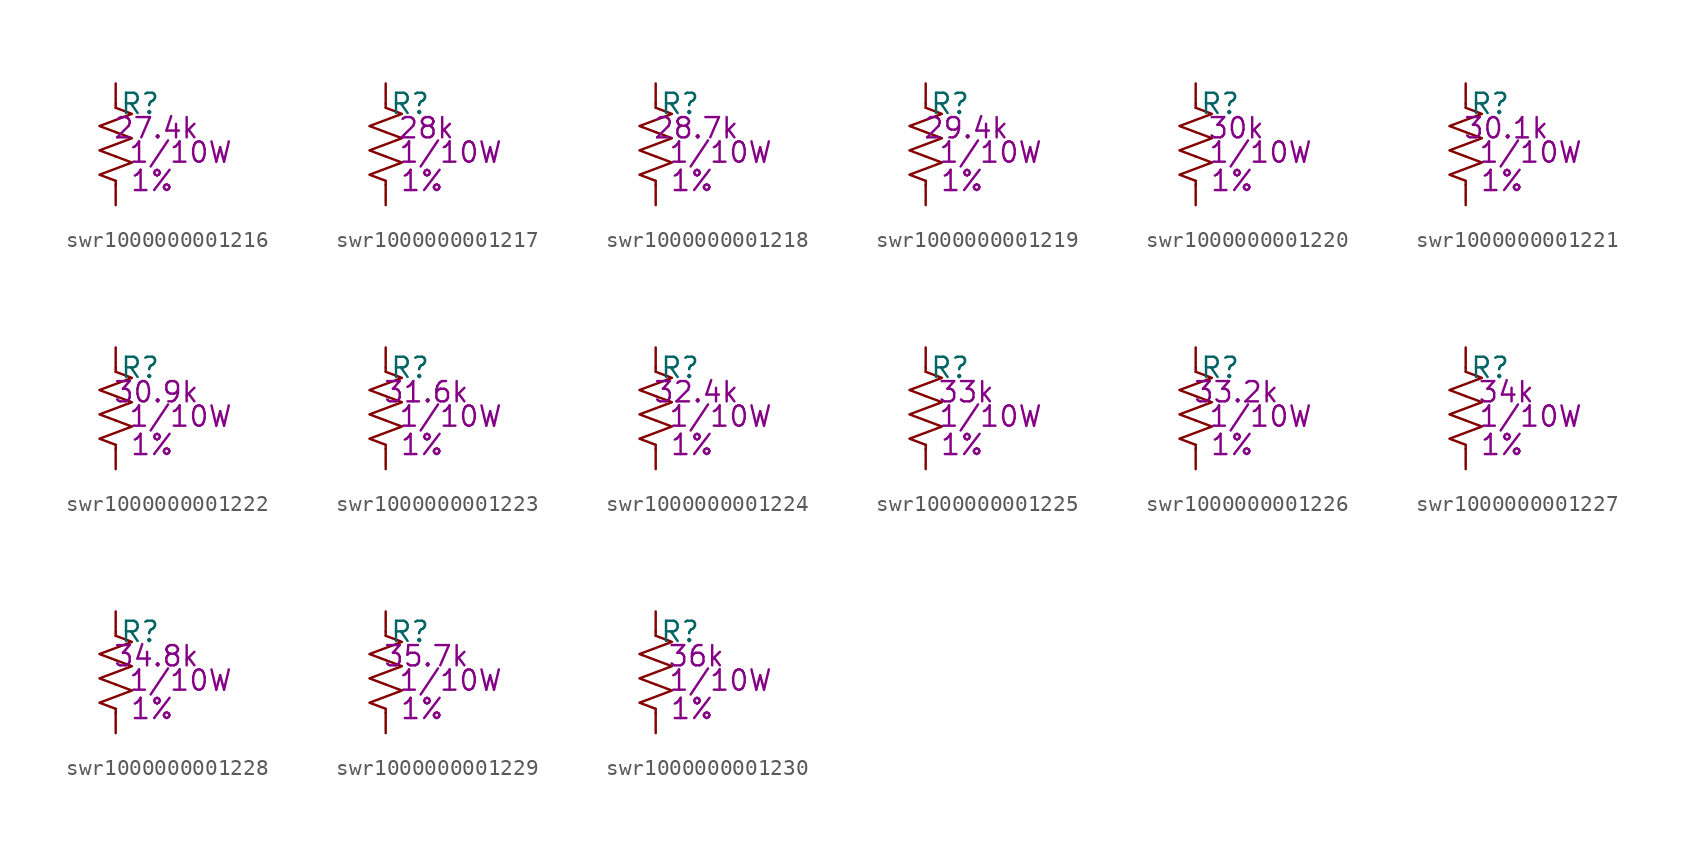
<source format=kicad_sym>
(kicad_symbol_lib
  (version 20211014)
  (generator kicad_symbol_editor)
  (symbol "swr1000000001216"
    (pin_numbers hide)
    (pin_names
      (offset 1.016))
    (property "Reference" "R"
      (at 1.524 2.54 0)
      (effects (font (size 1.27 1.27))))
    (property "PartValue" "27.4k"
      (at 2.54 1.016 0)
      (effects (font (size 1.27 1.27))))
    (property "Tolerance" "1%"
      (at 2.286 -2.286 0)
      (effects (font (size 1.27 1.27))))
    (property "Wattage" "1/10W"
      (at 4.064 -0.508 0)
      (effects (font (size 1.27 1.27))))
    (symbol "swr1000000001216_1_1"
      (polyline (pts (xy 0 -2.286) (xy 0 -2.54)) (stroke (width 0) (type default) (color 0 0 0 0)) (fill (type none)))
      (polyline (pts (xy 0 2.286) (xy 0 2.54)) (stroke (width 0) (type default) (color 0 0 0 0)) (fill (type none)))
      (polyline (pts (xy 0 -0.762) (xy 1.016 -1.143) (xy 0 -1.524) (xy -1.016 -1.905) (xy 0 -2.286)) (stroke (width 0) (type default) (color 0 0 0 0)) (fill (type none)))
      (polyline (pts (xy 0 0.762) (xy 1.016 0.381) (xy 0 0) (xy -1.016 -0.381) (xy 0 -0.762)) (stroke (width 0) (type default) (color 0 0 0 0)) (fill (type none)))
      (polyline (pts (xy 0 2.286) (xy 1.016 1.905) (xy 0 1.524) (xy -1.016 1.143) (xy 0 0.762)) (stroke (width 0) (type default) (color 0 0 0 0)) (fill (type none)))
      (pin passive line (at 0 3.81 270) (length 1.27) (name "~" (effects (font (size 1.27 1.27)))) (number "1" (effects (font (size 1.27 1.27)))))
      (pin passive line (at 0 -3.81 90) (length 1.27) (name "~" (effects (font (size 1.27 1.27)))) (number "2" (effects (font (size 1.27 1.27)))))))
  (symbol "swr1000000001217"
    (pin_numbers hide)
    (pin_names
      (offset 1.016))
    (property "Reference" "R"
      (at 1.524 2.54 0)
      (effects (font (size 1.27 1.27))))
    (property "PartValue" "28k"
      (at 2.54 1.016 0)
      (effects (font (size 1.27 1.27))))
    (property "Tolerance" "1%"
      (at 2.286 -2.286 0)
      (effects (font (size 1.27 1.27))))
    (property "Wattage" "1/10W"
      (at 4.064 -0.508 0)
      (effects (font (size 1.27 1.27))))
    (symbol "swr1000000001217_1_1"
      (polyline (pts (xy 0 -2.286) (xy 0 -2.54)) (stroke (width 0) (type default) (color 0 0 0 0)) (fill (type none)))
      (polyline (pts (xy 0 2.286) (xy 0 2.54)) (stroke (width 0) (type default) (color 0 0 0 0)) (fill (type none)))
      (polyline (pts (xy 0 -0.762) (xy 1.016 -1.143) (xy 0 -1.524) (xy -1.016 -1.905) (xy 0 -2.286)) (stroke (width 0) (type default) (color 0 0 0 0)) (fill (type none)))
      (polyline (pts (xy 0 0.762) (xy 1.016 0.381) (xy 0 0) (xy -1.016 -0.381) (xy 0 -0.762)) (stroke (width 0) (type default) (color 0 0 0 0)) (fill (type none)))
      (polyline (pts (xy 0 2.286) (xy 1.016 1.905) (xy 0 1.524) (xy -1.016 1.143) (xy 0 0.762)) (stroke (width 0) (type default) (color 0 0 0 0)) (fill (type none)))
      (pin passive line (at 0 3.81 270) (length 1.27) (name "~" (effects (font (size 1.27 1.27)))) (number "1" (effects (font (size 1.27 1.27)))))
      (pin passive line (at 0 -3.81 90) (length 1.27) (name "~" (effects (font (size 1.27 1.27)))) (number "2" (effects (font (size 1.27 1.27)))))))
  (symbol "swr1000000001218"
    (pin_numbers hide)
    (pin_names
      (offset 1.016))
    (property "Reference" "R"
      (at 1.524 2.54 0)
      (effects (font (size 1.27 1.27))))
    (property "PartValue" "28.7k"
      (at 2.54 1.016 0)
      (effects (font (size 1.27 1.27))))
    (property "Tolerance" "1%"
      (at 2.286 -2.286 0)
      (effects (font (size 1.27 1.27))))
    (property "Wattage" "1/10W"
      (at 4.064 -0.508 0)
      (effects (font (size 1.27 1.27))))
    (symbol "swr1000000001218_1_1"
      (polyline (pts (xy 0 -2.286) (xy 0 -2.54)) (stroke (width 0) (type default) (color 0 0 0 0)) (fill (type none)))
      (polyline (pts (xy 0 2.286) (xy 0 2.54)) (stroke (width 0) (type default) (color 0 0 0 0)) (fill (type none)))
      (polyline (pts (xy 0 -0.762) (xy 1.016 -1.143) (xy 0 -1.524) (xy -1.016 -1.905) (xy 0 -2.286)) (stroke (width 0) (type default) (color 0 0 0 0)) (fill (type none)))
      (polyline (pts (xy 0 0.762) (xy 1.016 0.381) (xy 0 0) (xy -1.016 -0.381) (xy 0 -0.762)) (stroke (width 0) (type default) (color 0 0 0 0)) (fill (type none)))
      (polyline (pts (xy 0 2.286) (xy 1.016 1.905) (xy 0 1.524) (xy -1.016 1.143) (xy 0 0.762)) (stroke (width 0) (type default) (color 0 0 0 0)) (fill (type none)))
      (pin passive line (at 0 3.81 270) (length 1.27) (name "~" (effects (font (size 1.27 1.27)))) (number "1" (effects (font (size 1.27 1.27)))))
      (pin passive line (at 0 -3.81 90) (length 1.27) (name "~" (effects (font (size 1.27 1.27)))) (number "2" (effects (font (size 1.27 1.27)))))))
  (symbol "swr1000000001219"
    (pin_numbers hide)
    (pin_names
      (offset 1.016))
    (property "Reference" "R"
      (at 1.524 2.54 0)
      (effects (font (size 1.27 1.27))))
    (property "PartValue" "29.4k"
      (at 2.54 1.016 0)
      (effects (font (size 1.27 1.27))))
    (property "Tolerance" "1%"
      (at 2.286 -2.286 0)
      (effects (font (size 1.27 1.27))))
    (property "Wattage" "1/10W"
      (at 4.064 -0.508 0)
      (effects (font (size 1.27 1.27))))
    (symbol "swr1000000001219_1_1"
      (polyline (pts (xy 0 -2.286) (xy 0 -2.54)) (stroke (width 0) (type default) (color 0 0 0 0)) (fill (type none)))
      (polyline (pts (xy 0 2.286) (xy 0 2.54)) (stroke (width 0) (type default) (color 0 0 0 0)) (fill (type none)))
      (polyline (pts (xy 0 -0.762) (xy 1.016 -1.143) (xy 0 -1.524) (xy -1.016 -1.905) (xy 0 -2.286)) (stroke (width 0) (type default) (color 0 0 0 0)) (fill (type none)))
      (polyline (pts (xy 0 0.762) (xy 1.016 0.381) (xy 0 0) (xy -1.016 -0.381) (xy 0 -0.762)) (stroke (width 0) (type default) (color 0 0 0 0)) (fill (type none)))
      (polyline (pts (xy 0 2.286) (xy 1.016 1.905) (xy 0 1.524) (xy -1.016 1.143) (xy 0 0.762)) (stroke (width 0) (type default) (color 0 0 0 0)) (fill (type none)))
      (pin passive line (at 0 3.81 270) (length 1.27) (name "~" (effects (font (size 1.27 1.27)))) (number "1" (effects (font (size 1.27 1.27)))))
      (pin passive line (at 0 -3.81 90) (length 1.27) (name "~" (effects (font (size 1.27 1.27)))) (number "2" (effects (font (size 1.27 1.27)))))))
  (symbol "swr1000000001220"
    (pin_numbers hide)
    (pin_names
      (offset 1.016))
    (property "Reference" "R"
      (at 1.524 2.54 0)
      (effects (font (size 1.27 1.27))))
    (property "PartValue" "30k"
      (at 2.54 1.016 0)
      (effects (font (size 1.27 1.27))))
    (property "Tolerance" "1%"
      (at 2.286 -2.286 0)
      (effects (font (size 1.27 1.27))))
    (property "Wattage" "1/10W"
      (at 4.064 -0.508 0)
      (effects (font (size 1.27 1.27))))
    (symbol "swr1000000001220_1_1"
      (polyline (pts (xy 0 -2.286) (xy 0 -2.54)) (stroke (width 0) (type default) (color 0 0 0 0)) (fill (type none)))
      (polyline (pts (xy 0 2.286) (xy 0 2.54)) (stroke (width 0) (type default) (color 0 0 0 0)) (fill (type none)))
      (polyline (pts (xy 0 -0.762) (xy 1.016 -1.143) (xy 0 -1.524) (xy -1.016 -1.905) (xy 0 -2.286)) (stroke (width 0) (type default) (color 0 0 0 0)) (fill (type none)))
      (polyline (pts (xy 0 0.762) (xy 1.016 0.381) (xy 0 0) (xy -1.016 -0.381) (xy 0 -0.762)) (stroke (width 0) (type default) (color 0 0 0 0)) (fill (type none)))
      (polyline (pts (xy 0 2.286) (xy 1.016 1.905) (xy 0 1.524) (xy -1.016 1.143) (xy 0 0.762)) (stroke (width 0) (type default) (color 0 0 0 0)) (fill (type none)))
      (pin passive line (at 0 3.81 270) (length 1.27) (name "~" (effects (font (size 1.27 1.27)))) (number "1" (effects (font (size 1.27 1.27)))))
      (pin passive line (at 0 -3.81 90) (length 1.27) (name "~" (effects (font (size 1.27 1.27)))) (number "2" (effects (font (size 1.27 1.27)))))))
  (symbol "swr1000000001221"
    (pin_numbers hide)
    (pin_names
      (offset 1.016))
    (property "Reference" "R"
      (at 1.524 2.54 0)
      (effects (font (size 1.27 1.27))))
    (property "PartValue" "30.1k"
      (at 2.54 1.016 0)
      (effects (font (size 1.27 1.27))))
    (property "Tolerance" "1%"
      (at 2.286 -2.286 0)
      (effects (font (size 1.27 1.27))))
    (property "Wattage" "1/10W"
      (at 4.064 -0.508 0)
      (effects (font (size 1.27 1.27))))
    (symbol "swr1000000001221_1_1"
      (polyline (pts (xy 0 -2.286) (xy 0 -2.54)) (stroke (width 0) (type default) (color 0 0 0 0)) (fill (type none)))
      (polyline (pts (xy 0 2.286) (xy 0 2.54)) (stroke (width 0) (type default) (color 0 0 0 0)) (fill (type none)))
      (polyline (pts (xy 0 -0.762) (xy 1.016 -1.143) (xy 0 -1.524) (xy -1.016 -1.905) (xy 0 -2.286)) (stroke (width 0) (type default) (color 0 0 0 0)) (fill (type none)))
      (polyline (pts (xy 0 0.762) (xy 1.016 0.381) (xy 0 0) (xy -1.016 -0.381) (xy 0 -0.762)) (stroke (width 0) (type default) (color 0 0 0 0)) (fill (type none)))
      (polyline (pts (xy 0 2.286) (xy 1.016 1.905) (xy 0 1.524) (xy -1.016 1.143) (xy 0 0.762)) (stroke (width 0) (type default) (color 0 0 0 0)) (fill (type none)))
      (pin passive line (at 0 3.81 270) (length 1.27) (name "~" (effects (font (size 1.27 1.27)))) (number "1" (effects (font (size 1.27 1.27)))))
      (pin passive line (at 0 -3.81 90) (length 1.27) (name "~" (effects (font (size 1.27 1.27)))) (number "2" (effects (font (size 1.27 1.27)))))))
  (symbol "swr1000000001222"
    (pin_numbers hide)
    (pin_names
      (offset 1.016))
    (property "Reference" "R"
      (at 1.524 2.54 0)
      (effects (font (size 1.27 1.27))))
    (property "PartValue" "30.9k"
      (at 2.54 1.016 0)
      (effects (font (size 1.27 1.27))))
    (property "Tolerance" "1%"
      (at 2.286 -2.286 0)
      (effects (font (size 1.27 1.27))))
    (property "Wattage" "1/10W"
      (at 4.064 -0.508 0)
      (effects (font (size 1.27 1.27))))
    (symbol "swr1000000001222_1_1"
      (polyline (pts (xy 0 -2.286) (xy 0 -2.54)) (stroke (width 0) (type default) (color 0 0 0 0)) (fill (type none)))
      (polyline (pts (xy 0 2.286) (xy 0 2.54)) (stroke (width 0) (type default) (color 0 0 0 0)) (fill (type none)))
      (polyline (pts (xy 0 -0.762) (xy 1.016 -1.143) (xy 0 -1.524) (xy -1.016 -1.905) (xy 0 -2.286)) (stroke (width 0) (type default) (color 0 0 0 0)) (fill (type none)))
      (polyline (pts (xy 0 0.762) (xy 1.016 0.381) (xy 0 0) (xy -1.016 -0.381) (xy 0 -0.762)) (stroke (width 0) (type default) (color 0 0 0 0)) (fill (type none)))
      (polyline (pts (xy 0 2.286) (xy 1.016 1.905) (xy 0 1.524) (xy -1.016 1.143) (xy 0 0.762)) (stroke (width 0) (type default) (color 0 0 0 0)) (fill (type none)))
      (pin passive line (at 0 3.81 270) (length 1.27) (name "~" (effects (font (size 1.27 1.27)))) (number "1" (effects (font (size 1.27 1.27)))))
      (pin passive line (at 0 -3.81 90) (length 1.27) (name "~" (effects (font (size 1.27 1.27)))) (number "2" (effects (font (size 1.27 1.27)))))))
  (symbol "swr1000000001223"
    (pin_numbers hide)
    (pin_names
      (offset 1.016))
    (property "Reference" "R"
      (at 1.524 2.54 0)
      (effects (font (size 1.27 1.27))))
    (property "PartValue" "31.6k"
      (at 2.54 1.016 0)
      (effects (font (size 1.27 1.27))))
    (property "Tolerance" "1%"
      (at 2.286 -2.286 0)
      (effects (font (size 1.27 1.27))))
    (property "Wattage" "1/10W"
      (at 4.064 -0.508 0)
      (effects (font (size 1.27 1.27))))
    (symbol "swr1000000001223_1_1"
      (polyline (pts (xy 0 -2.286) (xy 0 -2.54)) (stroke (width 0) (type default) (color 0 0 0 0)) (fill (type none)))
      (polyline (pts (xy 0 2.286) (xy 0 2.54)) (stroke (width 0) (type default) (color 0 0 0 0)) (fill (type none)))
      (polyline (pts (xy 0 -0.762) (xy 1.016 -1.143) (xy 0 -1.524) (xy -1.016 -1.905) (xy 0 -2.286)) (stroke (width 0) (type default) (color 0 0 0 0)) (fill (type none)))
      (polyline (pts (xy 0 0.762) (xy 1.016 0.381) (xy 0 0) (xy -1.016 -0.381) (xy 0 -0.762)) (stroke (width 0) (type default) (color 0 0 0 0)) (fill (type none)))
      (polyline (pts (xy 0 2.286) (xy 1.016 1.905) (xy 0 1.524) (xy -1.016 1.143) (xy 0 0.762)) (stroke (width 0) (type default) (color 0 0 0 0)) (fill (type none)))
      (pin passive line (at 0 3.81 270) (length 1.27) (name "~" (effects (font (size 1.27 1.27)))) (number "1" (effects (font (size 1.27 1.27)))))
      (pin passive line (at 0 -3.81 90) (length 1.27) (name "~" (effects (font (size 1.27 1.27)))) (number "2" (effects (font (size 1.27 1.27)))))))
  (symbol "swr1000000001224"
    (pin_numbers hide)
    (pin_names
      (offset 1.016))
    (property "Reference" "R"
      (at 1.524 2.54 0)
      (effects (font (size 1.27 1.27))))
    (property "PartValue" "32.4k"
      (at 2.54 1.016 0)
      (effects (font (size 1.27 1.27))))
    (property "Tolerance" "1%"
      (at 2.286 -2.286 0)
      (effects (font (size 1.27 1.27))))
    (property "Wattage" "1/10W"
      (at 4.064 -0.508 0)
      (effects (font (size 1.27 1.27))))
    (symbol "swr1000000001224_1_1"
      (polyline (pts (xy 0 -2.286) (xy 0 -2.54)) (stroke (width 0) (type default) (color 0 0 0 0)) (fill (type none)))
      (polyline (pts (xy 0 2.286) (xy 0 2.54)) (stroke (width 0) (type default) (color 0 0 0 0)) (fill (type none)))
      (polyline (pts (xy 0 -0.762) (xy 1.016 -1.143) (xy 0 -1.524) (xy -1.016 -1.905) (xy 0 -2.286)) (stroke (width 0) (type default) (color 0 0 0 0)) (fill (type none)))
      (polyline (pts (xy 0 0.762) (xy 1.016 0.381) (xy 0 0) (xy -1.016 -0.381) (xy 0 -0.762)) (stroke (width 0) (type default) (color 0 0 0 0)) (fill (type none)))
      (polyline (pts (xy 0 2.286) (xy 1.016 1.905) (xy 0 1.524) (xy -1.016 1.143) (xy 0 0.762)) (stroke (width 0) (type default) (color 0 0 0 0)) (fill (type none)))
      (pin passive line (at 0 3.81 270) (length 1.27) (name "~" (effects (font (size 1.27 1.27)))) (number "1" (effects (font (size 1.27 1.27)))))
      (pin passive line (at 0 -3.81 90) (length 1.27) (name "~" (effects (font (size 1.27 1.27)))) (number "2" (effects (font (size 1.27 1.27)))))))
  (symbol "swr1000000001225"
    (pin_numbers hide)
    (pin_names
      (offset 1.016))
    (property "Reference" "R"
      (at 1.524 2.54 0)
      (effects (font (size 1.27 1.27))))
    (property "PartValue" "33k"
      (at 2.54 1.016 0)
      (effects (font (size 1.27 1.27))))
    (property "Tolerance" "1%"
      (at 2.286 -2.286 0)
      (effects (font (size 1.27 1.27))))
    (property "Wattage" "1/10W"
      (at 4.064 -0.508 0)
      (effects (font (size 1.27 1.27))))
    (symbol "swr1000000001225_1_1"
      (polyline (pts (xy 0 -2.286) (xy 0 -2.54)) (stroke (width 0) (type default) (color 0 0 0 0)) (fill (type none)))
      (polyline (pts (xy 0 2.286) (xy 0 2.54)) (stroke (width 0) (type default) (color 0 0 0 0)) (fill (type none)))
      (polyline (pts (xy 0 -0.762) (xy 1.016 -1.143) (xy 0 -1.524) (xy -1.016 -1.905) (xy 0 -2.286)) (stroke (width 0) (type default) (color 0 0 0 0)) (fill (type none)))
      (polyline (pts (xy 0 0.762) (xy 1.016 0.381) (xy 0 0) (xy -1.016 -0.381) (xy 0 -0.762)) (stroke (width 0) (type default) (color 0 0 0 0)) (fill (type none)))
      (polyline (pts (xy 0 2.286) (xy 1.016 1.905) (xy 0 1.524) (xy -1.016 1.143) (xy 0 0.762)) (stroke (width 0) (type default) (color 0 0 0 0)) (fill (type none)))
      (pin passive line (at 0 3.81 270) (length 1.27) (name "~" (effects (font (size 1.27 1.27)))) (number "1" (effects (font (size 1.27 1.27)))))
      (pin passive line (at 0 -3.81 90) (length 1.27) (name "~" (effects (font (size 1.27 1.27)))) (number "2" (effects (font (size 1.27 1.27)))))))
  (symbol "swr1000000001226"
    (pin_numbers hide)
    (pin_names
      (offset 1.016))
    (property "Reference" "R"
      (at 1.524 2.54 0)
      (effects (font (size 1.27 1.27))))
    (property "PartValue" "33.2k"
      (at 2.54 1.016 0)
      (effects (font (size 1.27 1.27))))
    (property "Tolerance" "1%"
      (at 2.286 -2.286 0)
      (effects (font (size 1.27 1.27))))
    (property "Wattage" "1/10W"
      (at 4.064 -0.508 0)
      (effects (font (size 1.27 1.27))))
    (symbol "swr1000000001226_1_1"
      (polyline (pts (xy 0 -2.286) (xy 0 -2.54)) (stroke (width 0) (type default) (color 0 0 0 0)) (fill (type none)))
      (polyline (pts (xy 0 2.286) (xy 0 2.54)) (stroke (width 0) (type default) (color 0 0 0 0)) (fill (type none)))
      (polyline (pts (xy 0 -0.762) (xy 1.016 -1.143) (xy 0 -1.524) (xy -1.016 -1.905) (xy 0 -2.286)) (stroke (width 0) (type default) (color 0 0 0 0)) (fill (type none)))
      (polyline (pts (xy 0 0.762) (xy 1.016 0.381) (xy 0 0) (xy -1.016 -0.381) (xy 0 -0.762)) (stroke (width 0) (type default) (color 0 0 0 0)) (fill (type none)))
      (polyline (pts (xy 0 2.286) (xy 1.016 1.905) (xy 0 1.524) (xy -1.016 1.143) (xy 0 0.762)) (stroke (width 0) (type default) (color 0 0 0 0)) (fill (type none)))
      (pin passive line (at 0 3.81 270) (length 1.27) (name "~" (effects (font (size 1.27 1.27)))) (number "1" (effects (font (size 1.27 1.27)))))
      (pin passive line (at 0 -3.81 90) (length 1.27) (name "~" (effects (font (size 1.27 1.27)))) (number "2" (effects (font (size 1.27 1.27)))))))
  (symbol "swr1000000001227"
    (pin_numbers hide)
    (pin_names
      (offset 1.016))
    (property "Reference" "R"
      (at 1.524 2.54 0)
      (effects (font (size 1.27 1.27))))
    (property "PartValue" "34k"
      (at 2.54 1.016 0)
      (effects (font (size 1.27 1.27))))
    (property "Tolerance" "1%"
      (at 2.286 -2.286 0)
      (effects (font (size 1.27 1.27))))
    (property "Wattage" "1/10W"
      (at 4.064 -0.508 0)
      (effects (font (size 1.27 1.27))))
    (symbol "swr1000000001227_1_1"
      (polyline (pts (xy 0 -2.286) (xy 0 -2.54)) (stroke (width 0) (type default) (color 0 0 0 0)) (fill (type none)))
      (polyline (pts (xy 0 2.286) (xy 0 2.54)) (stroke (width 0) (type default) (color 0 0 0 0)) (fill (type none)))
      (polyline (pts (xy 0 -0.762) (xy 1.016 -1.143) (xy 0 -1.524) (xy -1.016 -1.905) (xy 0 -2.286)) (stroke (width 0) (type default) (color 0 0 0 0)) (fill (type none)))
      (polyline (pts (xy 0 0.762) (xy 1.016 0.381) (xy 0 0) (xy -1.016 -0.381) (xy 0 -0.762)) (stroke (width 0) (type default) (color 0 0 0 0)) (fill (type none)))
      (polyline (pts (xy 0 2.286) (xy 1.016 1.905) (xy 0 1.524) (xy -1.016 1.143) (xy 0 0.762)) (stroke (width 0) (type default) (color 0 0 0 0)) (fill (type none)))
      (pin passive line (at 0 3.81 270) (length 1.27) (name "~" (effects (font (size 1.27 1.27)))) (number "1" (effects (font (size 1.27 1.27)))))
      (pin passive line (at 0 -3.81 90) (length 1.27) (name "~" (effects (font (size 1.27 1.27)))) (number "2" (effects (font (size 1.27 1.27)))))))
  (symbol "swr1000000001228"
    (pin_numbers hide)
    (pin_names
      (offset 1.016))
    (property "Reference" "R"
      (at 1.524 2.54 0)
      (effects (font (size 1.27 1.27))))
    (property "PartValue" "34.8k"
      (at 2.54 1.016 0)
      (effects (font (size 1.27 1.27))))
    (property "Tolerance" "1%"
      (at 2.286 -2.286 0)
      (effects (font (size 1.27 1.27))))
    (property "Wattage" "1/10W"
      (at 4.064 -0.508 0)
      (effects (font (size 1.27 1.27))))
    (symbol "swr1000000001228_1_1"
      (polyline (pts (xy 0 -2.286) (xy 0 -2.54)) (stroke (width 0) (type default) (color 0 0 0 0)) (fill (type none)))
      (polyline (pts (xy 0 2.286) (xy 0 2.54)) (stroke (width 0) (type default) (color 0 0 0 0)) (fill (type none)))
      (polyline (pts (xy 0 -0.762) (xy 1.016 -1.143) (xy 0 -1.524) (xy -1.016 -1.905) (xy 0 -2.286)) (stroke (width 0) (type default) (color 0 0 0 0)) (fill (type none)))
      (polyline (pts (xy 0 0.762) (xy 1.016 0.381) (xy 0 0) (xy -1.016 -0.381) (xy 0 -0.762)) (stroke (width 0) (type default) (color 0 0 0 0)) (fill (type none)))
      (polyline (pts (xy 0 2.286) (xy 1.016 1.905) (xy 0 1.524) (xy -1.016 1.143) (xy 0 0.762)) (stroke (width 0) (type default) (color 0 0 0 0)) (fill (type none)))
      (pin passive line (at 0 3.81 270) (length 1.27) (name "~" (effects (font (size 1.27 1.27)))) (number "1" (effects (font (size 1.27 1.27)))))
      (pin passive line (at 0 -3.81 90) (length 1.27) (name "~" (effects (font (size 1.27 1.27)))) (number "2" (effects (font (size 1.27 1.27)))))))
  (symbol "swr1000000001229"
    (pin_numbers hide)
    (pin_names
      (offset 1.016))
    (property "Reference" "R"
      (at 1.524 2.54 0)
      (effects (font (size 1.27 1.27))))
    (property "PartValue" "35.7k"
      (at 2.54 1.016 0)
      (effects (font (size 1.27 1.27))))
    (property "Tolerance" "1%"
      (at 2.286 -2.286 0)
      (effects (font (size 1.27 1.27))))
    (property "Wattage" "1/10W"
      (at 4.064 -0.508 0)
      (effects (font (size 1.27 1.27))))
    (symbol "swr1000000001229_1_1"
      (polyline (pts (xy 0 -2.286) (xy 0 -2.54)) (stroke (width 0) (type default) (color 0 0 0 0)) (fill (type none)))
      (polyline (pts (xy 0 2.286) (xy 0 2.54)) (stroke (width 0) (type default) (color 0 0 0 0)) (fill (type none)))
      (polyline (pts (xy 0 -0.762) (xy 1.016 -1.143) (xy 0 -1.524) (xy -1.016 -1.905) (xy 0 -2.286)) (stroke (width 0) (type default) (color 0 0 0 0)) (fill (type none)))
      (polyline (pts (xy 0 0.762) (xy 1.016 0.381) (xy 0 0) (xy -1.016 -0.381) (xy 0 -0.762)) (stroke (width 0) (type default) (color 0 0 0 0)) (fill (type none)))
      (polyline (pts (xy 0 2.286) (xy 1.016 1.905) (xy 0 1.524) (xy -1.016 1.143) (xy 0 0.762)) (stroke (width 0) (type default) (color 0 0 0 0)) (fill (type none)))
      (pin passive line (at 0 3.81 270) (length 1.27) (name "~" (effects (font (size 1.27 1.27)))) (number "1" (effects (font (size 1.27 1.27)))))
      (pin passive line (at 0 -3.81 90) (length 1.27) (name "~" (effects (font (size 1.27 1.27)))) (number "2" (effects (font (size 1.27 1.27)))))))
  (symbol "swr1000000001230"
    (pin_numbers hide)
    (pin_names
      (offset 1.016))
    (property "Reference" "R"
      (at 1.524 2.54 0)
      (effects (font (size 1.27 1.27))))
    (property "PartValue" "36k"
      (at 2.54 1.016 0)
      (effects (font (size 1.27 1.27))))
    (property "Tolerance" "1%"
      (at 2.286 -2.286 0)
      (effects (font (size 1.27 1.27))))
    (property "Wattage" "1/10W"
      (at 4.064 -0.508 0)
      (effects (font (size 1.27 1.27))))
    (symbol "swr1000000001230_1_1"
      (polyline (pts (xy 0 -2.286) (xy 0 -2.54)) (stroke (width 0) (type default) (color 0 0 0 0)) (fill (type none)))
      (polyline (pts (xy 0 2.286) (xy 0 2.54)) (stroke (width 0) (type default) (color 0 0 0 0)) (fill (type none)))
      (polyline (pts (xy 0 -0.762) (xy 1.016 -1.143) (xy 0 -1.524) (xy -1.016 -1.905) (xy 0 -2.286)) (stroke (width 0) (type default) (color 0 0 0 0)) (fill (type none)))
      (polyline (pts (xy 0 0.762) (xy 1.016 0.381) (xy 0 0) (xy -1.016 -0.381) (xy 0 -0.762)) (stroke (width 0) (type default) (color 0 0 0 0)) (fill (type none)))
      (polyline (pts (xy 0 2.286) (xy 1.016 1.905) (xy 0 1.524) (xy -1.016 1.143) (xy 0 0.762)) (stroke (width 0) (type default) (color 0 0 0 0)) (fill (type none)))
      (pin passive line (at 0 3.81 270) (length 1.27) (name "~" (effects (font (size 1.27 1.27)))) (number "1" (effects (font (size 1.27 1.27)))))
      (pin passive line (at 0 -3.81 90) (length 1.27) (name "~" (effects (font (size 1.27 1.27)))) (number "2" (effects (font (size 1.27 1.27))))))))
</source>
